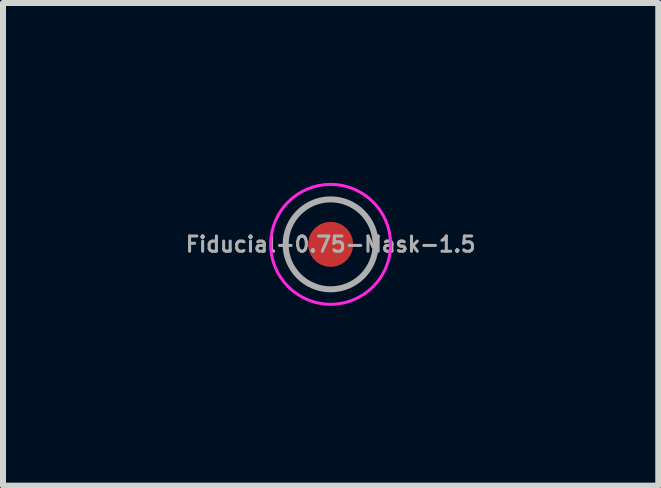
<source format=kicad_pcb>
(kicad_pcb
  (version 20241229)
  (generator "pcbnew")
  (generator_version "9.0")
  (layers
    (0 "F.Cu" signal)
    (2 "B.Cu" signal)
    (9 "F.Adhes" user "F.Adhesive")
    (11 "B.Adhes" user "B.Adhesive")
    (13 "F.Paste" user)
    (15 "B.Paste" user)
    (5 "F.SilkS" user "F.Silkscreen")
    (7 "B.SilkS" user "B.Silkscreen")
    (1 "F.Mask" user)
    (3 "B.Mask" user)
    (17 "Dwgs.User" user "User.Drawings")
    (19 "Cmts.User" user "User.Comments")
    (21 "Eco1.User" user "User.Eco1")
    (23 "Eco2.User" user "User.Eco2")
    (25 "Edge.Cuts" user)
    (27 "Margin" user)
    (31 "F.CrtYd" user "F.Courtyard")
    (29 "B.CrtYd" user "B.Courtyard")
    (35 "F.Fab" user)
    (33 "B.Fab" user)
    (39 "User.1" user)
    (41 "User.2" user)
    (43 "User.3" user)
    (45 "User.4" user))
  (footprint "Fiducial-0.75-Mask-1.5"
    (layer "F.Cu")
    (at 2.464 1.025)
    (property "Reference" "Fiducial-0.75-Mask-1.5" (at 0 0 0) (layer "F.Fab") (effects (font (size 0.254 0.254) (thickness 0.051))))
    (attr smd)
    (fp_circle (center 0 0) (end 1 0) (stroke (width 0.05) (type solid)) (fill no) (layer "F.CrtYd"))
    (fp_circle (center 0 0) (end 0.75 0) (stroke (width 0.1) (type solid)) (fill no) (layer "F.Fab"))
    (pad "" smd circle (at 0 0) (size 0.75 0.75) (layers "F.Cu" "F.Mask")))
  (gr_rect
    (start -3 -3)
    (end 7.928 5.05)
    (stroke (width 0.1) (type default))
    (fill no)
    (layer "Edge.Cuts")))
</source>
